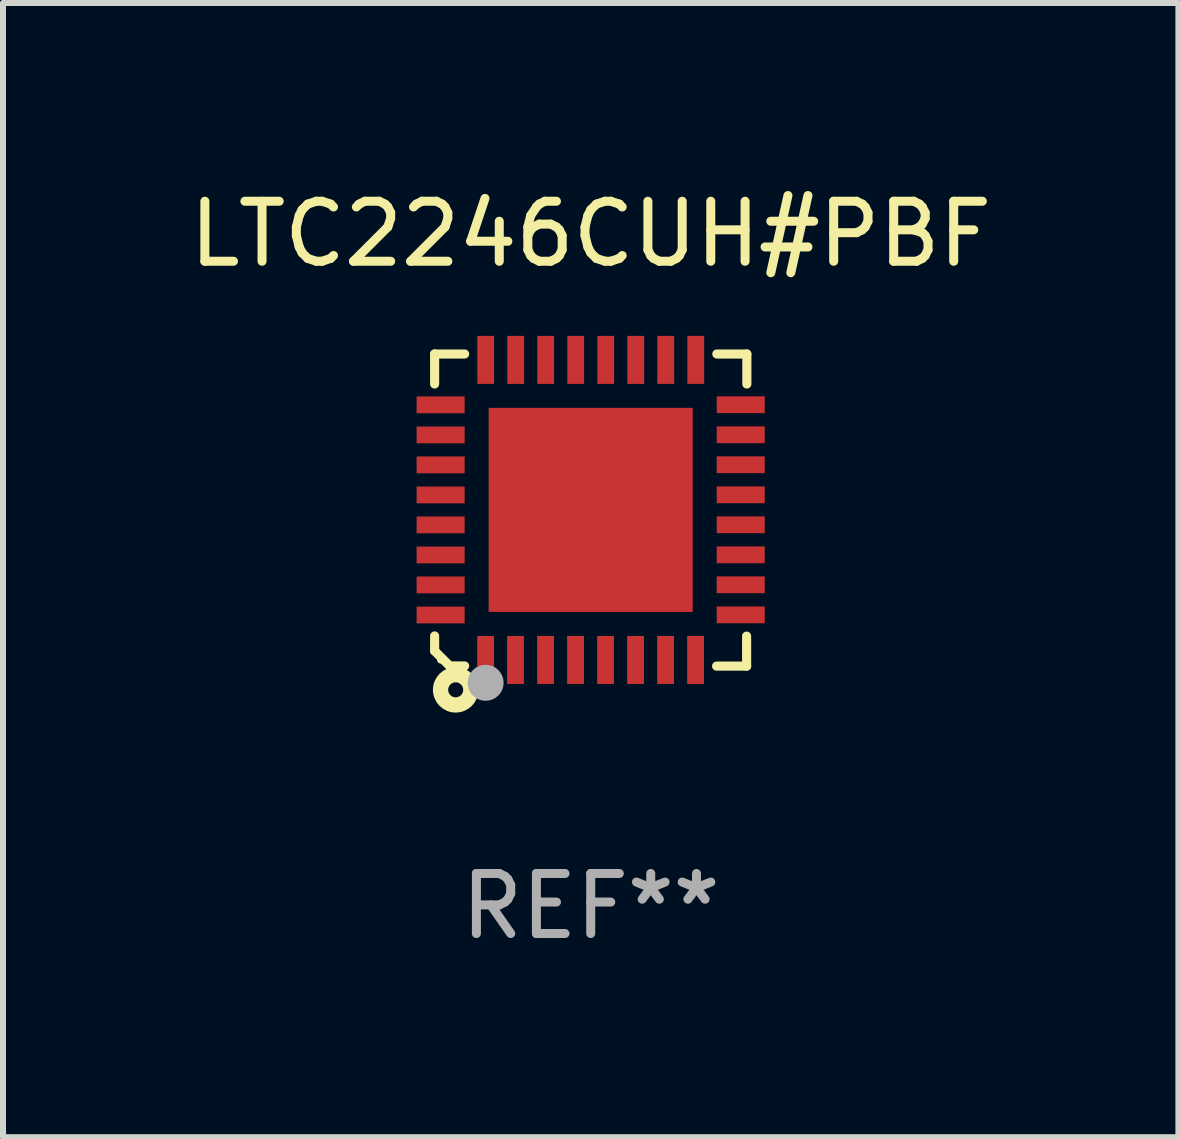
<source format=kicad_pcb>
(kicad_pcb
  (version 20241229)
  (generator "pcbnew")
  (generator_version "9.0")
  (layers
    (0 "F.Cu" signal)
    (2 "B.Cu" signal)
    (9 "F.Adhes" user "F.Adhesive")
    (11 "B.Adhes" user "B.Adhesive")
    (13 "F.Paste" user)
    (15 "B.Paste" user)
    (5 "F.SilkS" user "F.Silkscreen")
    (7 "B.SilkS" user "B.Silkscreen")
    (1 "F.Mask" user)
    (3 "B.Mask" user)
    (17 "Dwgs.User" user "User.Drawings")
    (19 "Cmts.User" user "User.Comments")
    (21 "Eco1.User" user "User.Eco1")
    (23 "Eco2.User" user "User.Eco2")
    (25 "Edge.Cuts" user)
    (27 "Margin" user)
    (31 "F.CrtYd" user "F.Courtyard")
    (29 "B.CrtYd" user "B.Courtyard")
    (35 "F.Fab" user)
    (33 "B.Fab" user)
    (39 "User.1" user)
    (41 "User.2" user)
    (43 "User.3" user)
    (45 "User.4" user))
  (footprint "LTC2246CUH#PBF"
    (layer "F.Cu")
    (at 6.792 5.448)
    (property "Reference" "LTC2246CUH#PBF" (at 0 -4.6 0) (layer "F.SilkS") (effects (font (size 1 1) (thickness 0.15))))
    (attr through_hole)
    (fp_line (start -2.601 2.097) (end -2.601 2.347) (stroke (width 0.152) (type solid)) (layer "F.SilkS"))
    (fp_line (start -2.601 2.347) (end -2.351 2.597) (stroke (width 0.152) (type solid)) (layer "F.SilkS"))
    (fp_line (start -2.601 -2.6) (end -2.601 -2.1) (stroke (width 0.152) (type solid)) (layer "F.SilkS"))
    (fp_line (start -2.601 -2.6) (end -2.101 -2.6) (stroke (width 0.152) (type solid)) (layer "F.SilkS"))
    (fp_line (start -2.351 2.597) (end -2.101 2.597) (stroke (width 0.152) (type solid)) (layer "F.SilkS"))
    (fp_line (start 2.597 2.6) (end 2.097 2.6) (stroke (width 0.152) (type solid)) (layer "F.SilkS"))
    (fp_line (start 2.597 2.6) (end 2.597 2.1) (stroke (width 0.152) (type solid)) (layer "F.SilkS"))
    (fp_line (start 2.601 -2.6) (end 2.101 -2.6) (stroke (width 0.152) (type solid)) (layer "F.SilkS"))
    (fp_line (start 2.601 -2.6) (end 2.601 -2.1) (stroke (width 0.152) (type solid)) (layer "F.SilkS"))
    (fp_circle (center -2.501 2.497) (end -2.471 2.497) (stroke (width 0.06) (type solid)) (fill no) (layer "F.SilkS"))
    (fp_circle (center -2.25 2.995) (end -2.125 2.995) (stroke (width 0.254) (type solid)) (fill no) (layer "F.SilkS"))
    (fp_circle (center -1.751 2.878) (end -1.601 2.878) (stroke (width 0.3) (type solid)) (fill no) (layer "F.Fab"))
    (fp_text user "REF**" (at 0 6.6 0) (layer "F.Fab") (effects (font (size 1 1) (thickness 0.15))))
    (pad "1" smd rect (at -1.751 2.497) (size 0.28 0.8) (layers "F.Cu" "F.Mask" "F.Paste"))
    (pad "2" smd rect (at -1.253 2.497) (size 0.28 0.8) (layers "F.Cu" "F.Mask" "F.Paste"))
    (pad "3" smd rect (at -0.753 2.497) (size 0.28 0.8) (layers "F.Cu" "F.Mask" "F.Paste"))
    (pad "4" smd rect (at -0.253 2.497) (size 0.28 0.8) (layers "F.Cu" "F.Mask" "F.Paste"))
    (pad "5" smd rect (at 0.247 2.497) (size 0.28 0.8) (layers "F.Cu" "F.Mask" "F.Paste"))
    (pad "6" smd rect (at 0.747 2.497) (size 0.28 0.8) (layers "F.Cu" "F.Mask" "F.Paste"))
    (pad "7" smd rect (at 1.247 2.497) (size 0.28 0.8) (layers "F.Cu" "F.Mask" "F.Paste"))
    (pad "8" smd rect (at 1.747 2.497) (size 0.28 0.8) (layers "F.Cu" "F.Mask" "F.Paste"))
    (pad "9" smd rect (at 2.499 1.746) (size 0.8 0.28) (layers "F.Cu" "F.Mask" "F.Paste"))
    (pad "10" smd rect (at 2.499 1.245) (size 0.8 0.28) (layers "F.Cu" "F.Mask" "F.Paste"))
    (pad "11" smd rect (at 2.499 0.746) (size 0.8 0.28) (layers "F.Cu" "F.Mask" "F.Paste"))
    (pad "12" smd rect (at 2.499 0.245) (size 0.8 0.28) (layers "F.Cu" "F.Mask" "F.Paste"))
    (pad "13" smd rect (at 2.499 -0.254) (size 0.8 0.28) (layers "F.Cu" "F.Mask" "F.Paste"))
    (pad "14" smd rect (at 2.499 -0.755) (size 0.8 0.28) (layers "F.Cu" "F.Mask" "F.Paste"))
    (pad "15" smd rect (at 2.499 -1.254) (size 0.8 0.28) (layers "F.Cu" "F.Mask" "F.Paste"))
    (pad "16" smd rect (at 2.499 -1.755) (size 0.8 0.28) (layers "F.Cu" "F.Mask" "F.Paste"))
    (pad "17" smd rect (at 1.75 -2.502) (size 0.28 0.8) (layers "F.Cu" "F.Mask" "F.Paste"))
    (pad "18" smd rect (at 1.25 -2.502) (size 0.28 0.8) (layers "F.Cu" "F.Mask" "F.Paste"))
    (pad "19" smd rect (at 0.75 -2.502) (size 0.28 0.8) (layers "F.Cu" "F.Mask" "F.Paste"))
    (pad "20" smd rect (at 0.25 -2.502) (size 0.28 0.8) (layers "F.Cu" "F.Mask" "F.Paste"))
    (pad "21" smd rect (at -0.25 -2.502) (size 0.28 0.8) (layers "F.Cu" "F.Mask" "F.Paste"))
    (pad "22" smd rect (at -0.75 -2.502) (size 0.28 0.8) (layers "F.Cu" "F.Mask" "F.Paste"))
    (pad "23" smd rect (at -1.25 -2.502) (size 0.28 0.8) (layers "F.Cu" "F.Mask" "F.Paste"))
    (pad "24" smd rect (at -1.75 -2.502) (size 0.28 0.8) (layers "F.Cu" "F.Mask" "F.Paste"))
    (pad "25" smd rect (at -2.501 -1.753) (size 0.8 0.28) (layers "F.Cu" "F.Mask" "F.Paste"))
    (pad "26" smd rect (at -2.501 -1.252) (size 0.8 0.28) (layers "F.Cu" "F.Mask" "F.Paste"))
    (pad "27" smd rect (at -2.501 -0.753) (size 0.8 0.28) (layers "F.Cu" "F.Mask" "F.Paste"))
    (pad "28" smd rect (at -2.501 -0.252) (size 0.8 0.28) (layers "F.Cu" "F.Mask" "F.Paste"))
    (pad "29" smd rect (at -2.501 0.247) (size 0.8 0.28) (layers "F.Cu" "F.Mask" "F.Paste"))
    (pad "30" smd rect (at -2.501 0.748) (size 0.8 0.28) (layers "F.Cu" "F.Mask" "F.Paste"))
    (pad "31" smd rect (at -2.501 1.247) (size 0.8 0.28) (layers "F.Cu" "F.Mask" "F.Paste"))
    (pad "32" smd rect (at -2.501 1.748) (size 0.8 0.28) (layers "F.Cu" "F.Mask" "F.Paste"))
    (pad "33" smd rect (at -0.001 -0.003 180) (size 3.4 3.4) (layers "F.Cu" "F.Mask" "F.Paste")))
  (gr_rect
    (start -3 -3)
    (end 16.583 15.896)
    (stroke (width 0.1) (type default))
    (fill no)
    (layer "Edge.Cuts")))
</source>
